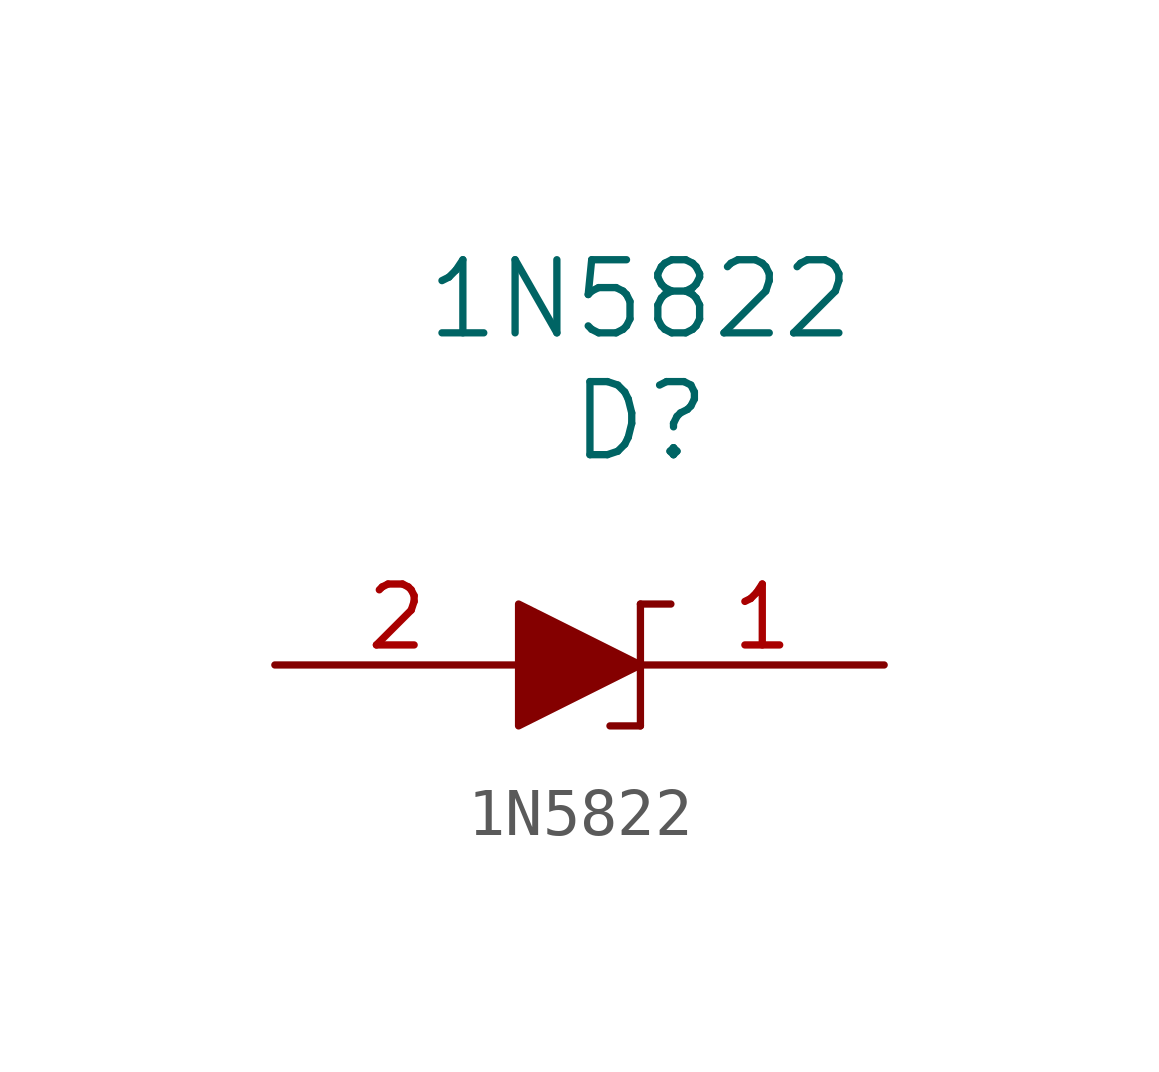
<source format=kicad_sym>
(kicad_symbol_lib
  (version 20211014)
  (generator kicad_symbol_editor)
  (symbol "1N5822"
    (pin_names
      (offset 0))
    (property "Reference" "D"
      (at 0 5.08 0)
      (effects (font (size 1.524 1.524))))
    (property "Value" "1N5822"
      (at 0 7.62 0)
      (effects (font (size 1.524 1.524))))
    (symbol "1N5822_0_1"
      (polyline (pts (xy 0 -1.27) (xy -0.635 -1.27)) (stroke (width 0) (type default) (color 0 0 0 0)) (fill (type none)))
      (polyline (pts (xy 0 1.27) (xy 0 -1.27)) (stroke (width 0) (type default) (color 0 0 0 0)) (fill (type none)))
      (polyline (pts (xy 0 1.27) (xy 0.635 1.27)) (stroke (width 0) (type default) (color 0 0 0 0)) (fill (type none)))
      (polyline (pts (xy -2.54 1.27) (xy -2.54 -1.27) (xy 0 0) (xy -2.54 1.27)) (stroke (width 0) (type default) (color 0 0 0 0)) (fill (type outline))))
    (symbol "1N5822_1_1"
      (pin power_in line (at 5.08 0 180) (length 5.08) (name "~" (effects (font (size 1.27 1.27)))) (number "1" (effects (font (size 1.27 1.27)))))
      (pin power_in line (at -7.62 0 0) (length 5.08) (name "~" (effects (font (size 1.27 1.27)))) (number "2" (effects (font (size 1.27 1.27))))))))
</source>
